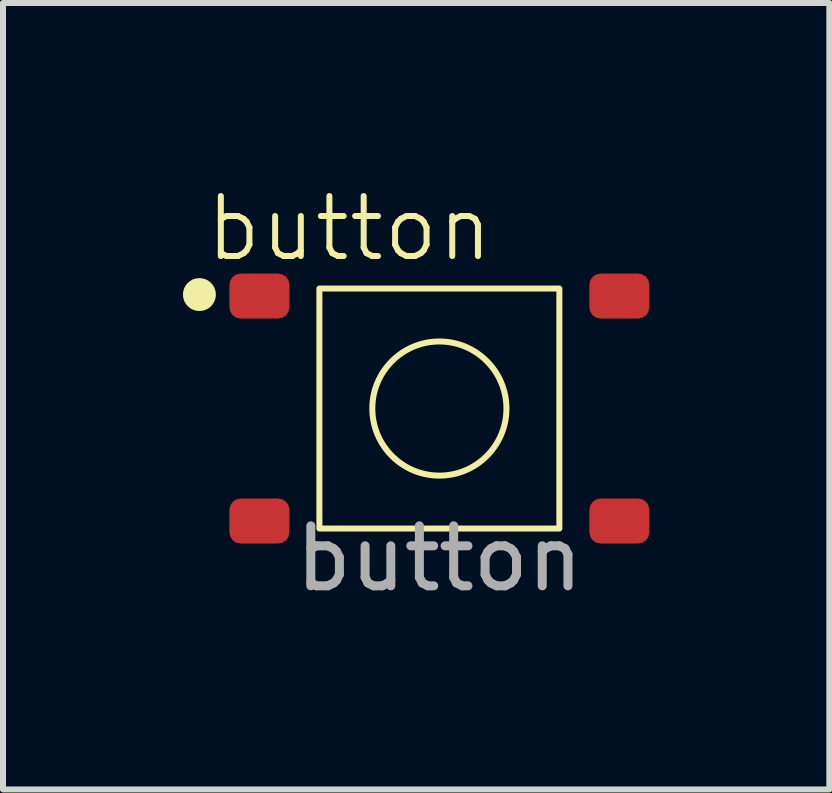
<source format=kicad_pcb>
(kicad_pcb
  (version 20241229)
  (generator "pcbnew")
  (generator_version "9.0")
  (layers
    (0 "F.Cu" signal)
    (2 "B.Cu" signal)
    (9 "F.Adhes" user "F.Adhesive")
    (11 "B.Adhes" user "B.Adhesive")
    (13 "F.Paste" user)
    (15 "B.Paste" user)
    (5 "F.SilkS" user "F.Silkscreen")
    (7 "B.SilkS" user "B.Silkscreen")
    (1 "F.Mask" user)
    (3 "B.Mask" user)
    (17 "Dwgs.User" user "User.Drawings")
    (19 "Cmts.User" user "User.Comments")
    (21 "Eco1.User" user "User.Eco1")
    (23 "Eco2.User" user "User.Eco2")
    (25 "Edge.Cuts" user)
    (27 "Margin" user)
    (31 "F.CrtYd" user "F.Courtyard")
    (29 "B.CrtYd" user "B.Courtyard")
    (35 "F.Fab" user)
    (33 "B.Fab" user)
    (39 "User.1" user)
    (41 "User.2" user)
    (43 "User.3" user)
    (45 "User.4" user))
  (footprint "button"
    (layer "F.Cu")
    (at 4.274 3.76)
    (property "Reference" "button" (at -1.5 -3 0) (unlocked yes) (layer "F.SilkS") (effects (font (size 1 1) (thickness 0.1))))
    (attr smd)
    (fp_rect (start -2 -2) (end 2 2) (stroke (width 0.1) (type default)) (fill no) (layer "F.SilkS"))
    (fp_circle (center -4 -1.9) (end -3.776 -1.9) (stroke (width 0.1) (type solid)) (fill yes) (layer "F.SilkS"))
    (fp_circle (center 0 0) (end 0.5 -1) (stroke (width 0.1) (type default)) (fill no) (layer "F.SilkS"))
    (fp_text user "${REFERENCE}" (at 0 2.5 0) (unlocked yes) (layer "F.Fab") (effects (font (size 1 1) (thickness 0.15))))
    (pad "1" smd roundrect (at -3 -1.875) (size 1 0.75) (layers "F.Cu" "F.Mask" "F.Paste") (roundrect_rratio 0.25))
    (pad "2" smd roundrect (at 3 -1.875) (size 1 0.75) (layers "F.Cu" "F.Mask" "F.Paste") (roundrect_rratio 0.25))
    (pad "3" smd roundrect (at -3 1.875) (size 1 0.75) (layers "F.Cu" "F.Mask" "F.Paste") (roundrect_rratio 0.25))
    (pad "4" smd roundrect (at 3 1.875) (size 1 0.75) (layers "F.Cu" "F.Mask" "F.Paste") (roundrect_rratio 0.25)))
  (gr_rect
    (start -3 -3)
    (end 10.774 10.109)
    (stroke (width 0.1) (type default))
    (fill no)
    (layer "Edge.Cuts")))
</source>
